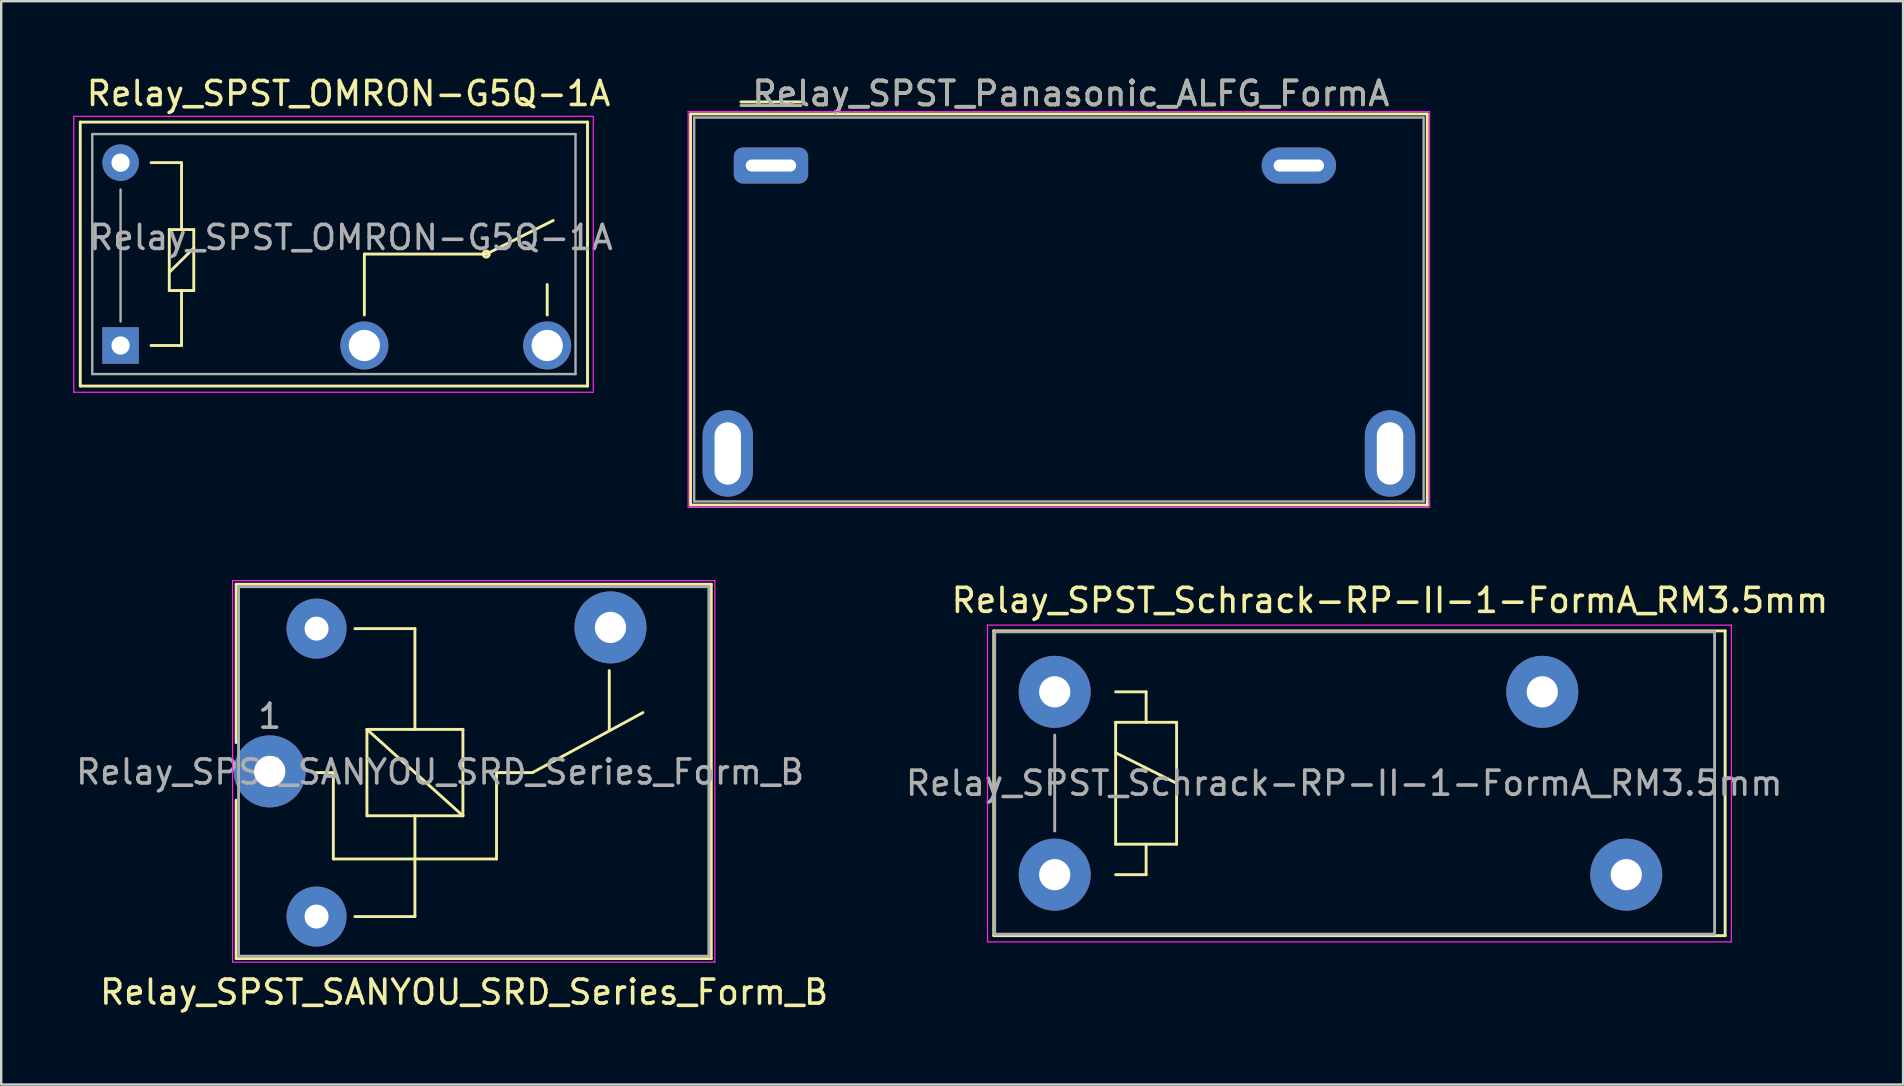
<source format=kicad_pcb>
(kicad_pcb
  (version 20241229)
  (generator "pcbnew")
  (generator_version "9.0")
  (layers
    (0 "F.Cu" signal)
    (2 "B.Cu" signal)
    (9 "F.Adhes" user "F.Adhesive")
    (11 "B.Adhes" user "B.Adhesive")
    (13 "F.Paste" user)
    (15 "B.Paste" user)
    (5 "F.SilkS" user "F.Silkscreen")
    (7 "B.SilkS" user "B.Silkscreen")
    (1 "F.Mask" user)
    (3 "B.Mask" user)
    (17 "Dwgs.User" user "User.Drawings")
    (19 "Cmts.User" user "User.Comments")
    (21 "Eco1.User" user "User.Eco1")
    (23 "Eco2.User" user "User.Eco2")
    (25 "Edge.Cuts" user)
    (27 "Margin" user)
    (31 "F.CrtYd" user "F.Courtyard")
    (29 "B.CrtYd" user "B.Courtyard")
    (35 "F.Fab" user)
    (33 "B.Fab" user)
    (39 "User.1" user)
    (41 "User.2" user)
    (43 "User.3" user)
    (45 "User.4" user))
  (footprint "Relay_SPST_SANYOU_SRD_Series_Form_B"
    (layer "F.Cu")
    (at 8.192 29.098)
    (property "Reference" "Relay_SPST_SANYOU_SRD_Series_Form_B" (at 8.1 9.2 0) (layer "F.SilkS") (effects (font (size 1 1) (thickness 0.15))))
    (attr through_hole)
    (fp_line (start -1.4 -7.8) (end -1.4 -1.2) (stroke (width 0.12) (type solid)) (layer "F.SilkS"))
    (fp_line (start -1.4 -7.8) (end 18.4 -7.8) (stroke (width 0.12) (type solid)) (layer "F.SilkS"))
    (fp_line (start -1.4 1.2) (end -1.4 7.8) (stroke (width 0.12) (type solid)) (layer "F.SilkS"))
    (fp_line (start 2.65 0.05) (end 1.85 0.05) (stroke (width 0.12) (type solid)) (layer "F.SilkS"))
    (fp_line (start 2.65 0.05) (end 2.65 3.65) (stroke (width 0.12) (type solid)) (layer "F.SilkS"))
    (fp_line (start 3.55 6.05) (end 6.05 6.05) (stroke (width 0.12) (type solid)) (layer "F.SilkS"))
    (fp_line (start 4.05 -1.75) (end 8.05 -1.75) (stroke (width 0.12) (type solid)) (layer "F.SilkS"))
    (fp_line (start 4.05 1.85) (end 4.05 -1.75) (stroke (width 0.12) (type solid)) (layer "F.SilkS"))
    (fp_line (start 6.05 -5.95) (end 3.55 -5.95) (stroke (width 0.12) (type solid)) (layer "F.SilkS"))
    (fp_line (start 6.05 -5.95) (end 6.05 -1.75) (stroke (width 0.12) (type solid)) (layer "F.SilkS"))
    (fp_line (start 6.05 1.85) (end 6.05 6.05) (stroke (width 0.12) (type solid)) (layer "F.SilkS"))
    (fp_line (start 8.05 -1.75) (end 8.05 1.85) (stroke (width 0.12) (type solid)) (layer "F.SilkS"))
    (fp_line (start 8.05 1.85) (end 4.05 -1.75) (stroke (width 0.12) (type solid)) (layer "F.SilkS"))
    (fp_line (start 8.05 1.85) (end 4.05 1.85) (stroke (width 0.12) (type solid)) (layer "F.SilkS"))
    (fp_line (start 9.45 0.05) (end 9.45 3.65) (stroke (width 0.12) (type solid)) (layer "F.SilkS"))
    (fp_line (start 9.45 0.05) (end 10.95 0.05) (stroke (width 0.12) (type solid)) (layer "F.SilkS"))
    (fp_line (start 9.45 3.65) (end 2.65 3.65) (stroke (width 0.12) (type solid)) (layer "F.SilkS"))
    (fp_line (start 10.95 0.05) (end 15.55 -2.45) (stroke (width 0.12) (type solid)) (layer "F.SilkS"))
    (fp_line (start 14.15 -4.2) (end 14.15 -1.7) (stroke (width 0.12) (type solid)) (layer "F.SilkS"))
    (fp_line (start 18.4 -7.8) (end 18.4 7.8) (stroke (width 0.12) (type solid)) (layer "F.SilkS"))
    (fp_line (start 18.4 7.8) (end -1.4 7.8) (stroke (width 0.12) (type solid)) (layer "F.SilkS"))
    (fp_line (start -1.55 7.95) (end -1.55 -7.95) (stroke (width 0.05) (type solid)) (layer "F.CrtYd"))
    (fp_line (start -1.55 7.95) (end 18.55 7.95) (stroke (width 0.05) (type solid)) (layer "F.CrtYd"))
    (fp_line (start 18.55 -7.95) (end -1.55 -7.95) (stroke (width 0.05) (type solid)) (layer "F.CrtYd"))
    (fp_line (start 18.55 -7.95) (end 18.55 7.95) (stroke (width 0.05) (type solid)) (layer "F.CrtYd"))
    (fp_line (start -1.3 -7.7) (end 18.3 -7.7) (stroke (width 0.12) (type solid)) (layer "F.Fab"))
    (fp_line (start -1.3 7.7) (end -1.3 -7.7) (stroke (width 0.12) (type solid)) (layer "F.Fab"))
    (fp_line (start 18.3 -7.7) (end 18.3 7.7) (stroke (width 0.12) (type solid)) (layer "F.Fab"))
    (fp_line (start 18.3 7.7) (end -1.3 7.7) (stroke (width 0.12) (type solid)) (layer "F.Fab"))
    (fp_text user "${REFERENCE}" (at 7.1 0.025 0) (layer "F.Fab") (effects (font (size 1 1) (thickness 0.15))))
    (fp_text user "1" (at 0 -2.3 0) (layer "F.Fab") (effects (font (size 1 1) (thickness 0.15))))
    (pad "1" thru_hole circle (at 0 0 90) (size 3 3) (drill 1.3) (layers "*.Cu" "*.Mask"))
    (pad "2" thru_hole circle (at 1.95 6.05 90) (size 2.5 2.5) (drill 1) (layers "*.Cu" "*.Mask"))
    (pad "4" thru_hole circle (at 14.2 -6 90) (size 3 3) (drill 1.3) (layers "*.Cu" "*.Mask"))
    (pad "5" thru_hole circle (at 1.95 -5.95 90) (size 2.5 2.5) (drill 1) (layers "*.Cu" "*.Mask")))
  (footprint "Relay_SPST_Panasonic_ALFG_FormA"
    (layer "F.Cu")
    (at 29.08 3.848)
    (property "Reference" "Relay_SPST_Panasonic_ALFG_FormA" (at 12.5 -3 0) (layer "F.SilkS") (effects (font (size 1 1) (thickness 0.15))))
    (attr through_hole)
    (fp_line (start -3.35 -2.15) (end -3.35 14.15) (stroke (width 0.12) (type solid)) (layer "F.SilkS"))
    (fp_line (start -3.35 14.15) (end 27.35 14.15) (stroke (width 0.12) (type solid)) (layer "F.SilkS"))
    (fp_line (start -1.25 -2.65) (end 1.25 -2.65) (stroke (width 0.12) (type solid)) (layer "F.SilkS"))
    (fp_line (start 27.35 -2.15) (end -3.35 -2.15) (stroke (width 0.12) (type solid)) (layer "F.SilkS"))
    (fp_line (start 27.35 14.15) (end 27.35 -2.15) (stroke (width 0.12) (type solid)) (layer "F.SilkS"))
    (fp_line (start -3.45 -2.25) (end -3.45 14.25) (stroke (width 0.05) (type solid)) (layer "F.CrtYd"))
    (fp_line (start -3.45 -2.25) (end 27.45 -2.25) (stroke (width 0.05) (type solid)) (layer "F.CrtYd"))
    (fp_line (start -3.45 14.25) (end 27.45 14.25) (stroke (width 0.05) (type solid)) (layer "F.CrtYd"))
    (fp_line (start 27.45 -2.25) (end 27.45 14.25) (stroke (width 0.05) (type solid)) (layer "F.CrtYd"))
    (fp_line (start -3.2 -2) (end 27.2 -2) (stroke (width 0.1) (type solid)) (layer "F.Fab"))
    (fp_line (start -3.2 14) (end -3.2 -2) (stroke (width 0.1) (type solid)) (layer "F.Fab"))
    (fp_line (start -1.25 -2.5) (end 1.25 -2.5) (stroke (width 0.12) (type solid)) (layer "F.Fab"))
    (fp_line (start 27.2 -2) (end 27.2 14) (stroke (width 0.1) (type solid)) (layer "F.Fab"))
    (fp_line (start 27.2 14) (end -3.2 14) (stroke (width 0.1) (type solid)) (layer "F.Fab"))
    (fp_text user "${REFERENCE}" (at 12.5 -3 0) (layer "F.Fab") (effects (font (size 1 1) (thickness 0.15))))
    (pad "1" thru_hole roundrect (at 0 0) (size 3.1 1.5) (drill oval 2.1 0.5) (layers "*.Cu" "*.Mask") (roundrect_rratio 0.25))
    (pad "2" thru_hole oval (at 22 0) (size 3.1 1.5) (drill oval 2.1 0.5) (layers "*.Cu" "*.Mask"))
    (pad "3" thru_hole oval (at -1.8 12) (size 2.1 3.6) (drill oval 1.1 2.6) (layers "*.Cu" "*.Mask"))
    (pad "4" thru_hole oval (at 25.8 12) (size 2.1 3.6) (drill oval 1.1 2.6) (layers "*.Cu" "*.Mask")))
  (footprint "Relay_SPST_OMRON-G5Q-1A"
    (layer "F.Cu")
    (at 1.975 11.348)
    (property "Reference" "Relay_SPST_OMRON-G5Q-1A" (at 9.5 -10.5 180) (layer "F.SilkS") (effects (font (size 1 1) (thickness 0.15))))
    (attr through_hole)
    (fp_line (start -1.68 -9.31) (end 19.46 -9.31) (stroke (width 0.12) (type solid)) (layer "F.SilkS"))
    (fp_line (start -1.68 1.69) (end -1.68 -9.31) (stroke (width 0.12) (type solid)) (layer "F.SilkS"))
    (fp_line (start -1.68 1.69) (end 19.46 1.69) (stroke (width 0.12) (type solid)) (layer "F.SilkS"))
    (fp_line (start 1.27 0) (end 2.54 0) (stroke (width 0.12) (type solid)) (layer "F.SilkS"))
    (fp_line (start 2.03 -4.83) (end 2.54 -4.83) (stroke (width 0.12) (type solid)) (layer "F.SilkS"))
    (fp_line (start 2.03 -3.05) (end 3.05 -4.06) (stroke (width 0.12) (type solid)) (layer "F.SilkS"))
    (fp_line (start 2.03 -2.29) (end 2.03 -4.83) (stroke (width 0.12) (type solid)) (layer "F.SilkS"))
    (fp_line (start 2.54 -7.62) (end 1.27 -7.62) (stroke (width 0.12) (type solid)) (layer "F.SilkS"))
    (fp_line (start 2.54 -4.83) (end 2.54 -7.62) (stroke (width 0.12) (type solid)) (layer "F.SilkS"))
    (fp_line (start 2.54 -4.83) (end 3.05 -4.83) (stroke (width 0.12) (type solid)) (layer "F.SilkS"))
    (fp_line (start 2.54 -2.29) (end 2.03 -2.29) (stroke (width 0.12) (type solid)) (layer "F.SilkS"))
    (fp_line (start 2.54 0) (end 2.54 -2.29) (stroke (width 0.12) (type solid)) (layer "F.SilkS"))
    (fp_line (start 3.05 -4.83) (end 3.05 -2.29) (stroke (width 0.12) (type solid)) (layer "F.SilkS"))
    (fp_line (start 3.05 -2.29) (end 2.54 -2.29) (stroke (width 0.12) (type solid)) (layer "F.SilkS"))
    (fp_line (start 10.16 -3.81) (end 15.24 -3.81) (stroke (width 0.12) (type solid)) (layer "F.SilkS"))
    (fp_line (start 10.16 -1.27) (end 10.16 -3.81) (stroke (width 0.12) (type solid)) (layer "F.SilkS"))
    (fp_line (start 15.24 -3.81) (end 18.03 -5.21) (stroke (width 0.12) (type solid)) (layer "F.SilkS"))
    (fp_line (start 17.78 -1.27) (end 17.78 -2.54) (stroke (width 0.12) (type solid)) (layer "F.SilkS"))
    (fp_line (start 19.46 1.69) (end 19.46 -9.31) (stroke (width 0.12) (type solid)) (layer "F.SilkS"))
    (fp_circle (center 15.24 -3.81) (end 15.24 -3.68) (stroke (width 0.12) (type solid)) (fill no) (layer "F.SilkS"))
    (fp_line (start -1.95 -9.55) (end 19.7 -9.55) (stroke (width 0.05) (type solid)) (layer "F.CrtYd"))
    (fp_line (start -1.95 1.95) (end -1.95 -9.55) (stroke (width 0.05) (type solid)) (layer "F.CrtYd"))
    (fp_line (start 19.7 -9.55) (end 19.7 1.95) (stroke (width 0.05) (type solid)) (layer "F.CrtYd"))
    (fp_line (start 19.7 1.95) (end -1.95 1.95) (stroke (width 0.05) (type solid)) (layer "F.CrtYd"))
    (fp_line (start -1.18 -8.81) (end 18.96 -8.81) (stroke (width 0.1) (type solid)) (layer "F.Fab"))
    (fp_line (start -1.18 1.19) (end -1.18 -8.81) (stroke (width 0.1) (type solid)) (layer "F.Fab"))
    (fp_line (start 0 -1) (end 0 -6.5) (stroke (width 0.1) (type solid)) (layer "F.Fab"))
    (fp_line (start 18.96 -8.81) (end 18.96 1.19) (stroke (width 0.1) (type solid)) (layer "F.Fab"))
    (fp_line (start 18.96 1.19) (end -1.18 1.19) (stroke (width 0.1) (type solid)) (layer "F.Fab"))
    (fp_text user "${REFERENCE}" (at 9.6 -4.5 0) (layer "F.Fab") (effects (font (size 1 1) (thickness 0.15))))
    (pad "1" thru_hole rect (at 0 0 180) (size 1.52 1.52) (drill 0.76) (layers "*.Cu" "*.Mask"))
    (pad "2" thru_hole circle (at 10.16 0 180) (size 2 2) (drill 1.3) (layers "*.Cu" "*.Mask"))
    (pad "3" thru_hole circle (at 17.78 0 180) (size 2 2) (drill 1.3) (layers "*.Cu" "*.Mask"))
    (pad "5" thru_hole circle (at 0 -7.62 180) (size 1.52 1.52) (drill 0.76) (layers "*.Cu" "*.Mask")))
  (footprint "Relay_SPST_Schrack-RP-II-1-FormA_RM3.5mm"
    (layer "F.Cu")
    (at 40.905 25.782)
    (property "Reference" "Relay_SPST_Schrack-RP-II-1-FormA_RM3.5mm" (at 13.97 -3.81 0) (layer "F.SilkS") (effects (font (size 1 1) (thickness 0.15))))
    (attr through_hole)
    (fp_line (start -2.54 -2.54) (end 27.94 -2.54) (stroke (width 0.12) (type solid)) (layer "F.SilkS"))
    (fp_line (start -2.54 10.16) (end -2.54 -2.54) (stroke (width 0.12) (type solid)) (layer "F.SilkS"))
    (fp_line (start 2.54 0) (end 3.81 0) (stroke (width 0.12) (type solid)) (layer "F.SilkS"))
    (fp_line (start 2.54 1.27) (end 3.81 1.27) (stroke (width 0.12) (type solid)) (layer "F.SilkS"))
    (fp_line (start 2.54 2.54) (end 5.08 3.81) (stroke (width 0.12) (type solid)) (layer "F.SilkS"))
    (fp_line (start 2.54 6.35) (end 2.54 1.27) (stroke (width 0.12) (type solid)) (layer "F.SilkS"))
    (fp_line (start 3.81 0) (end 3.81 1.27) (stroke (width 0.12) (type solid)) (layer "F.SilkS"))
    (fp_line (start 3.81 1.27) (end 5.08 1.27) (stroke (width 0.12) (type solid)) (layer "F.SilkS"))
    (fp_line (start 3.81 6.35) (end 3.81 7.62) (stroke (width 0.12) (type solid)) (layer "F.SilkS"))
    (fp_line (start 3.81 7.62) (end 2.54 7.62) (stroke (width 0.12) (type solid)) (layer "F.SilkS"))
    (fp_line (start 5.08 1.27) (end 5.08 6.35) (stroke (width 0.12) (type solid)) (layer "F.SilkS"))
    (fp_line (start 5.08 6.35) (end 2.54 6.35) (stroke (width 0.12) (type solid)) (layer "F.SilkS"))
    (fp_line (start 27.94 -2.54) (end 27.94 10.16) (stroke (width 0.12) (type solid)) (layer "F.SilkS"))
    (fp_line (start 27.94 10.16) (end -2.54 10.16) (stroke (width 0.12) (type solid)) (layer "F.SilkS"))
    (fp_line (start -2.8 -2.78) (end 28.2 -2.78) (stroke (width 0.05) (type solid)) (layer "F.CrtYd"))
    (fp_line (start -2.8 10.42) (end -2.8 -2.78) (stroke (width 0.05) (type solid)) (layer "F.CrtYd"))
    (fp_line (start 28.2 -2.78) (end 28.2 10.42) (stroke (width 0.05) (type solid)) (layer "F.CrtYd"))
    (fp_line (start 28.2 10.42) (end -2.8 10.42) (stroke (width 0.05) (type solid)) (layer "F.CrtYd"))
    (fp_line (start -2.5 -2.5) (end 27.5 -2.5) (stroke (width 0.12) (type solid)) (layer "F.Fab"))
    (fp_line (start -2.5 10.1) (end -2.5 -2.5) (stroke (width 0.12) (type solid)) (layer "F.Fab"))
    (fp_line (start 0 1.8) (end 0 5.8) (stroke (width 0.12) (type solid)) (layer "F.Fab"))
    (fp_line (start 27.5 -2.5) (end 27.5 10.1) (stroke (width 0.12) (type solid)) (layer "F.Fab"))
    (fp_line (start 27.5 10.1) (end -2.5 10.1) (stroke (width 0.12) (type solid)) (layer "F.Fab"))
    (fp_text user "${REFERENCE}" (at 12.065 3.81 0) (layer "F.Fab") (effects (font (size 1 1) (thickness 0.15))))
    (pad "11" thru_hole circle (at 20.32 0) (size 3 3) (drill 1.3) (layers "*.Cu" "*.Mask"))
    (pad "14" thru_hole circle (at 23.82 7.62) (size 3 3) (drill 1.3) (layers "*.Cu" "*.Mask"))
    (pad "A1" thru_hole circle (at 0 0) (size 3 3) (drill 1.3) (layers "*.Cu" "*.Mask"))
    (pad "A2" thru_hole circle (at 0 7.62) (size 3 3) (drill 1.3) (layers "*.Cu" "*.Mask")))
  (gr_rect
    (start -3 -3)
    (end 76.262 42.147)
    (stroke (width 0.1) (type default))
    (fill no)
    (layer "Edge.Cuts")))
</source>
